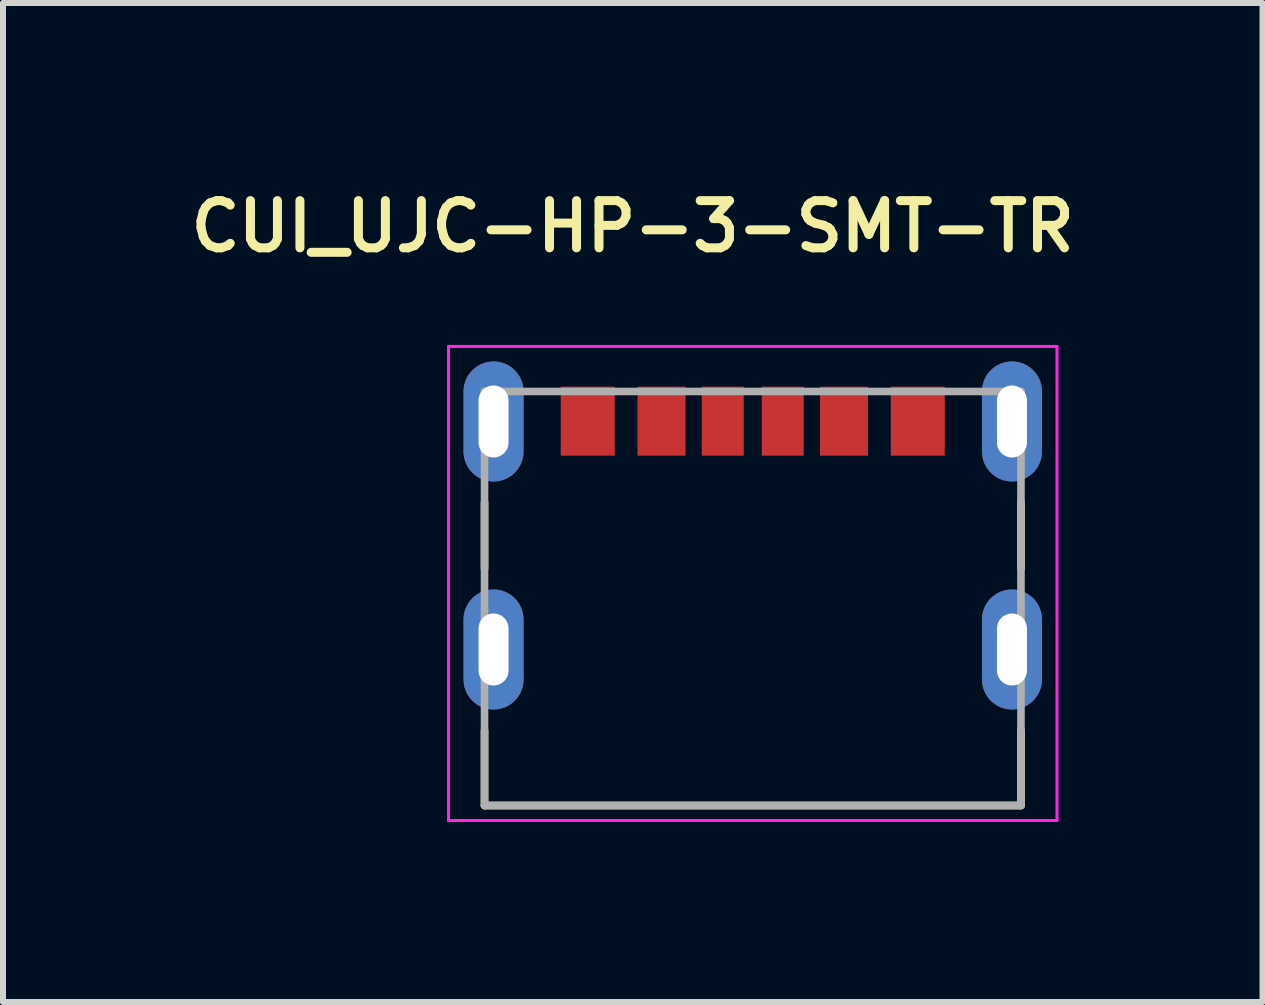
<source format=kicad_pcb>
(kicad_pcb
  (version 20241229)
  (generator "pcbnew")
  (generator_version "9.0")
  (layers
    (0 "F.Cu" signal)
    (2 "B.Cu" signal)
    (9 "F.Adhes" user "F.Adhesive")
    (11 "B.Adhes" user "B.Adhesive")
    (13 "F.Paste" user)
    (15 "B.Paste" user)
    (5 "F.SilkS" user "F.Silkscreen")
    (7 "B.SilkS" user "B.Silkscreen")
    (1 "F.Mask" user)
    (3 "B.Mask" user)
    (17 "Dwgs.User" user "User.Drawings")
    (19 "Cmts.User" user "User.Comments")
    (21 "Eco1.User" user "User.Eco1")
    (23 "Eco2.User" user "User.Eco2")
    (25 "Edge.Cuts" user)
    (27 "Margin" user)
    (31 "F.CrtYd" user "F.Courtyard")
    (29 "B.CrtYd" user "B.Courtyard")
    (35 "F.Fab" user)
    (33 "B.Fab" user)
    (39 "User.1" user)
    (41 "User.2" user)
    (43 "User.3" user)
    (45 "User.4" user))
  (footprint "CUI_UJC-HP-3-SMT-TR"
    (layer "F.Cu")
    (at 9.495 3.974)
    (property "Reference" "CUI_UJC-HP-3-SMT-TR" (at -2 -3.25 0) (layer "F.SilkS") (effects (font (size 0.787 0.787) (thickness 0.15))))
    (attr through_hole)
    (fp_line (start -4.47 2.45) (end -4.47 1.35) (stroke (width 0.127) (type solid)) (layer "F.SilkS"))
    (fp_line (start -4.47 6.4) (end -4.47 5.15) (stroke (width 0.127) (type solid)) (layer "F.SilkS"))
    (fp_line (start -4.47 6.4) (end 4.47 6.4) (stroke (width 0.127) (type solid)) (layer "F.SilkS"))
    (fp_line (start 4.47 2.45) (end 4.47 1.35) (stroke (width 0.127) (type solid)) (layer "F.SilkS"))
    (fp_line (start 4.47 6.4) (end 4.47 5.15) (stroke (width 0.127) (type solid)) (layer "F.SilkS"))
    (fp_line (start -5.07 -1.25) (end -5.07 6.65) (stroke (width 0.05) (type solid)) (layer "F.CrtYd"))
    (fp_line (start -5.07 6.65) (end 5.07 6.65) (stroke (width 0.05) (type solid)) (layer "F.CrtYd"))
    (fp_line (start 5.07 -1.25) (end -5.07 -1.25) (stroke (width 0.05) (type solid)) (layer "F.CrtYd"))
    (fp_line (start 5.07 6.65) (end 5.07 -1.25) (stroke (width 0.05) (type solid)) (layer "F.CrtYd"))
    (fp_line (start -4.47 -0.5) (end -4.47 6.4) (stroke (width 0.127) (type solid)) (layer "F.Fab"))
    (fp_line (start -4.47 6.4) (end 4.47 6.4) (stroke (width 0.127) (type solid)) (layer "F.Fab"))
    (fp_line (start 4.47 -0.5) (end -4.47 -0.5) (stroke (width 0.127) (type solid)) (layer "F.Fab"))
    (fp_line (start 4.47 6.4) (end 4.47 -0.5) (stroke (width 0.127) (type solid)) (layer "F.Fab"))
    (pad "A5" smd rect (at -0.5 -0.005) (size 0.7 1.15) (layers "F.Cu" "F.Mask" "F.Paste"))
    (pad "A9" smd rect (at 1.52 -0.005) (size 0.8 1.15) (layers "F.Cu" "F.Mask" "F.Paste"))
    (pad "A12" smd rect (at 2.75 -0.005) (size 0.9 1.15) (layers "F.Cu" "F.Mask" "F.Paste"))
    (pad "B5" smd rect (at 0.5 -0.005) (size 0.7 1.15) (layers "F.Cu" "F.Mask" "F.Paste"))
    (pad "B9" smd rect (at -1.52 -0.005) (size 0.8 1.15) (layers "F.Cu" "F.Mask" "F.Paste"))
    (pad "B12" smd rect (at -2.75 -0.005) (size 0.9 1.15) (layers "F.Cu" "F.Mask" "F.Paste"))
    (pad "S1" thru_hole oval (at -4.32 0) (size 1 2) (drill oval 0.5 1.2) (layers "*.Cu" "*.Mask"))
    (pad "S2" thru_hole oval (at 4.32 0) (size 1 2) (drill oval 0.5 1.2) (layers "*.Cu" "*.Mask"))
    (pad "S3" thru_hole oval (at -4.32 3.8) (size 1 2) (drill oval 0.5 1.2) (layers "*.Cu" "*.Mask"))
    (pad "S4" thru_hole oval (at 4.32 3.8) (size 1 2) (drill oval 0.5 1.2) (layers "*.Cu" "*.Mask")))
  (gr_rect
    (start -3 -3)
    (end 17.991 13.649)
    (stroke (width 0.1) (type default))
    (fill no)
    (layer "Edge.Cuts")))
</source>
